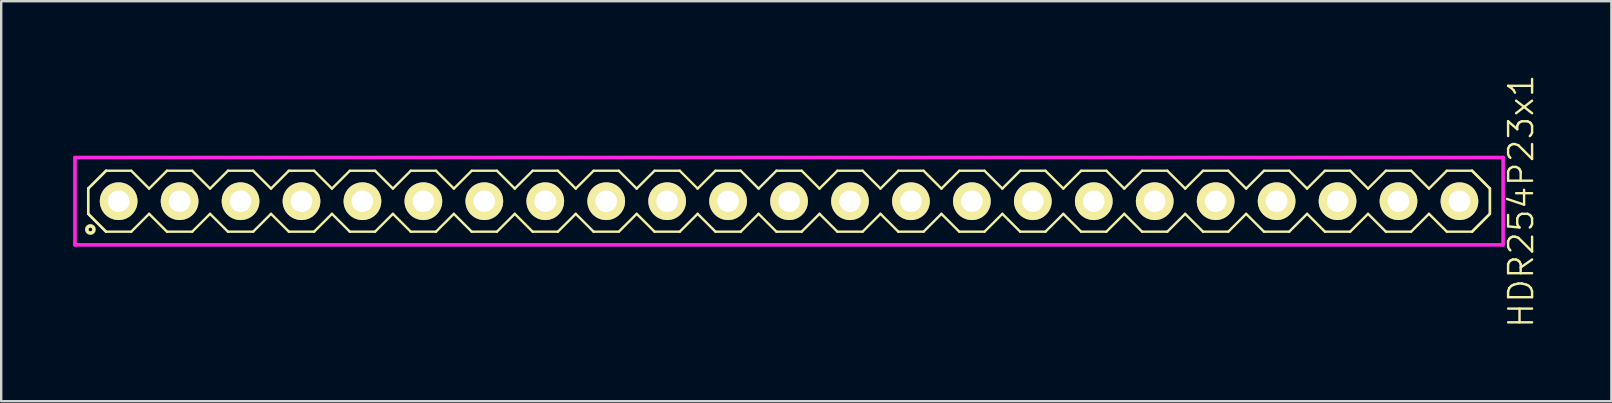
<source format=kicad_pcb>
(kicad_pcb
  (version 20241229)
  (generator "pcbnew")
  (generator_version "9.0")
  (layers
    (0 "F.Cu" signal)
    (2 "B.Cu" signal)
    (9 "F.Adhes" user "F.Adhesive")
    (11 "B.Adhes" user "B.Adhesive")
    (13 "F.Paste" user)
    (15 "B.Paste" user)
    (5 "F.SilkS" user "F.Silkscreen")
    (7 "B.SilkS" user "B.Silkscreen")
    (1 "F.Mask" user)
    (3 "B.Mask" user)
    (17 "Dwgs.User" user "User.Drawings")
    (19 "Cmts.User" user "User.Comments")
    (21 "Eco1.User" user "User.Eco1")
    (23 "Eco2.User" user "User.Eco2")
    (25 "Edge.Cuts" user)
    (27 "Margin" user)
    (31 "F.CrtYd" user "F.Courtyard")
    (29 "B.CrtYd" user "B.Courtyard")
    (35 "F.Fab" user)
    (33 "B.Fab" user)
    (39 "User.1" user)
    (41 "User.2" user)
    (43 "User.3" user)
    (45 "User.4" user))
  (footprint "HDR254P23x1"
    (layer "F.Cu")
    (at 29.835 5.336)
    (property "Reference" "HDR254P23x1" (at 30.51 0 90) (layer "F.SilkS") (effects (font (size 1 1) (thickness 0.1))))
    (attr through_hole)
    (fp_line (start -29.21 -0.526) (end -28.466 -1.27) (stroke (width 0.1) (type solid)) (layer "F.SilkS"))
    (fp_line (start -29.21 -0.526) (end -28.466 -1.27) (stroke (width 0.1) (type solid)) (layer "F.SilkS"))
    (fp_line (start -29.21 0.526) (end -29.21 -0.526) (stroke (width 0.1) (type solid)) (layer "F.SilkS"))
    (fp_line (start -29.21 0.526) (end -29.21 -0.526) (stroke (width 0.1) (type solid)) (layer "F.SilkS"))
    (fp_line (start -28.466 -1.27) (end -27.414 -1.27) (stroke (width 0.1) (type solid)) (layer "F.SilkS"))
    (fp_line (start -28.466 1.27) (end -29.21 0.526) (stroke (width 0.1) (type solid)) (layer "F.SilkS"))
    (fp_line (start -28.466 1.27) (end -29.21 0.526) (stroke (width 0.1) (type solid)) (layer "F.SilkS"))
    (fp_line (start -27.414 -1.27) (end -26.67 -0.526) (stroke (width 0.1) (type solid)) (layer "F.SilkS"))
    (fp_line (start -27.414 1.27) (end -28.466 1.27) (stroke (width 0.1) (type solid)) (layer "F.SilkS"))
    (fp_line (start -26.67 -0.526) (end -25.926 -1.27) (stroke (width 0.1) (type solid)) (layer "F.SilkS"))
    (fp_line (start -26.67 0.526) (end -27.414 1.27) (stroke (width 0.1) (type solid)) (layer "F.SilkS"))
    (fp_line (start -25.926 -1.27) (end -24.874 -1.27) (stroke (width 0.1) (type solid)) (layer "F.SilkS"))
    (fp_line (start -25.926 1.27) (end -26.67 0.526) (stroke (width 0.1) (type solid)) (layer "F.SilkS"))
    (fp_line (start -24.874 -1.27) (end -24.13 -0.526) (stroke (width 0.1) (type solid)) (layer "F.SilkS"))
    (fp_line (start -24.874 1.27) (end -25.926 1.27) (stroke (width 0.1) (type solid)) (layer "F.SilkS"))
    (fp_line (start -24.13 -0.526) (end -23.386 -1.27) (stroke (width 0.1) (type solid)) (layer "F.SilkS"))
    (fp_line (start -24.13 0.526) (end -24.874 1.27) (stroke (width 0.1) (type solid)) (layer "F.SilkS"))
    (fp_line (start -23.386 -1.27) (end -22.334 -1.27) (stroke (width 0.1) (type solid)) (layer "F.SilkS"))
    (fp_line (start -23.386 1.27) (end -24.13 0.526) (stroke (width 0.1) (type solid)) (layer "F.SilkS"))
    (fp_line (start -22.334 -1.27) (end -21.59 -0.526) (stroke (width 0.1) (type solid)) (layer "F.SilkS"))
    (fp_line (start -22.334 1.27) (end -23.386 1.27) (stroke (width 0.1) (type solid)) (layer "F.SilkS"))
    (fp_line (start -21.59 -0.526) (end -20.846 -1.27) (stroke (width 0.1) (type solid)) (layer "F.SilkS"))
    (fp_line (start -21.59 0.526) (end -22.334 1.27) (stroke (width 0.1) (type solid)) (layer "F.SilkS"))
    (fp_line (start -20.846 -1.27) (end -19.794 -1.27) (stroke (width 0.1) (type solid)) (layer "F.SilkS"))
    (fp_line (start -20.846 1.27) (end -21.59 0.526) (stroke (width 0.1) (type solid)) (layer "F.SilkS"))
    (fp_line (start -19.794 -1.27) (end -19.05 -0.526) (stroke (width 0.1) (type solid)) (layer "F.SilkS"))
    (fp_line (start -19.794 1.27) (end -20.846 1.27) (stroke (width 0.1) (type solid)) (layer "F.SilkS"))
    (fp_line (start -19.05 -0.526) (end -18.306 -1.27) (stroke (width 0.1) (type solid)) (layer "F.SilkS"))
    (fp_line (start -19.05 0.526) (end -19.794 1.27) (stroke (width 0.1) (type solid)) (layer "F.SilkS"))
    (fp_line (start -18.306 -1.27) (end -17.254 -1.27) (stroke (width 0.1) (type solid)) (layer "F.SilkS"))
    (fp_line (start -18.306 1.27) (end -19.05 0.526) (stroke (width 0.1) (type solid)) (layer "F.SilkS"))
    (fp_line (start -17.254 -1.27) (end -16.51 -0.526) (stroke (width 0.1) (type solid)) (layer "F.SilkS"))
    (fp_line (start -17.254 1.27) (end -18.306 1.27) (stroke (width 0.1) (type solid)) (layer "F.SilkS"))
    (fp_line (start -16.51 -0.526) (end -15.766 -1.27) (stroke (width 0.1) (type solid)) (layer "F.SilkS"))
    (fp_line (start -16.51 0.526) (end -17.254 1.27) (stroke (width 0.1) (type solid)) (layer "F.SilkS"))
    (fp_line (start -15.766 -1.27) (end -14.714 -1.27) (stroke (width 0.1) (type solid)) (layer "F.SilkS"))
    (fp_line (start -15.766 1.27) (end -16.51 0.526) (stroke (width 0.1) (type solid)) (layer "F.SilkS"))
    (fp_line (start -14.714 -1.27) (end -13.97 -0.526) (stroke (width 0.1) (type solid)) (layer "F.SilkS"))
    (fp_line (start -14.714 1.27) (end -15.766 1.27) (stroke (width 0.1) (type solid)) (layer "F.SilkS"))
    (fp_line (start -13.97 -0.526) (end -13.226 -1.27) (stroke (width 0.1) (type solid)) (layer "F.SilkS"))
    (fp_line (start -13.97 0.526) (end -14.714 1.27) (stroke (width 0.1) (type solid)) (layer "F.SilkS"))
    (fp_line (start -13.226 -1.27) (end -12.174 -1.27) (stroke (width 0.1) (type solid)) (layer "F.SilkS"))
    (fp_line (start -13.226 1.27) (end -13.97 0.526) (stroke (width 0.1) (type solid)) (layer "F.SilkS"))
    (fp_line (start -12.174 -1.27) (end -11.43 -0.526) (stroke (width 0.1) (type solid)) (layer "F.SilkS"))
    (fp_line (start -12.174 1.27) (end -13.226 1.27) (stroke (width 0.1) (type solid)) (layer "F.SilkS"))
    (fp_line (start -11.43 -0.526) (end -10.686 -1.27) (stroke (width 0.1) (type solid)) (layer "F.SilkS"))
    (fp_line (start -11.43 0.526) (end -12.174 1.27) (stroke (width 0.1) (type solid)) (layer "F.SilkS"))
    (fp_line (start -10.686 -1.27) (end -9.634 -1.27) (stroke (width 0.1) (type solid)) (layer "F.SilkS"))
    (fp_line (start -10.686 1.27) (end -11.43 0.526) (stroke (width 0.1) (type solid)) (layer "F.SilkS"))
    (fp_line (start -9.634 -1.27) (end -8.89 -0.526) (stroke (width 0.1) (type solid)) (layer "F.SilkS"))
    (fp_line (start -9.634 1.27) (end -10.686 1.27) (stroke (width 0.1) (type solid)) (layer "F.SilkS"))
    (fp_line (start -8.89 -0.526) (end -8.146 -1.27) (stroke (width 0.1) (type solid)) (layer "F.SilkS"))
    (fp_line (start -8.89 0.526) (end -9.634 1.27) (stroke (width 0.1) (type solid)) (layer "F.SilkS"))
    (fp_line (start -8.146 -1.27) (end -7.094 -1.27) (stroke (width 0.1) (type solid)) (layer "F.SilkS"))
    (fp_line (start -8.146 1.27) (end -8.89 0.526) (stroke (width 0.1) (type solid)) (layer "F.SilkS"))
    (fp_line (start -7.094 -1.27) (end -6.35 -0.526) (stroke (width 0.1) (type solid)) (layer "F.SilkS"))
    (fp_line (start -7.094 1.27) (end -8.146 1.27) (stroke (width 0.1) (type solid)) (layer "F.SilkS"))
    (fp_line (start -6.35 -0.526) (end -5.606 -1.27) (stroke (width 0.1) (type solid)) (layer "F.SilkS"))
    (fp_line (start -6.35 0.526) (end -7.094 1.27) (stroke (width 0.1) (type solid)) (layer "F.SilkS"))
    (fp_line (start -5.606 -1.27) (end -4.554 -1.27) (stroke (width 0.1) (type solid)) (layer "F.SilkS"))
    (fp_line (start -5.606 1.27) (end -6.35 0.526) (stroke (width 0.1) (type solid)) (layer "F.SilkS"))
    (fp_line (start -4.554 -1.27) (end -3.81 -0.526) (stroke (width 0.1) (type solid)) (layer "F.SilkS"))
    (fp_line (start -4.554 1.27) (end -5.606 1.27) (stroke (width 0.1) (type solid)) (layer "F.SilkS"))
    (fp_line (start -3.81 -0.526) (end -3.066 -1.27) (stroke (width 0.1) (type solid)) (layer "F.SilkS"))
    (fp_line (start -3.81 0.526) (end -4.554 1.27) (stroke (width 0.1) (type solid)) (layer "F.SilkS"))
    (fp_line (start -3.066 -1.27) (end -2.014 -1.27) (stroke (width 0.1) (type solid)) (layer "F.SilkS"))
    (fp_line (start -3.066 1.27) (end -3.81 0.526) (stroke (width 0.1) (type solid)) (layer "F.SilkS"))
    (fp_line (start -2.014 -1.27) (end -1.27 -0.526) (stroke (width 0.1) (type solid)) (layer "F.SilkS"))
    (fp_line (start -2.014 1.27) (end -3.066 1.27) (stroke (width 0.1) (type solid)) (layer "F.SilkS"))
    (fp_line (start -1.27 -0.526) (end -0.526 -1.27) (stroke (width 0.1) (type solid)) (layer "F.SilkS"))
    (fp_line (start -1.27 0.526) (end -2.014 1.27) (stroke (width 0.1) (type solid)) (layer "F.SilkS"))
    (fp_line (start -0.526 -1.27) (end 0.526 -1.27) (stroke (width 0.1) (type solid)) (layer "F.SilkS"))
    (fp_line (start -0.526 1.27) (end -1.27 0.526) (stroke (width 0.1) (type solid)) (layer "F.SilkS"))
    (fp_line (start 0.526 -1.27) (end 1.27 -0.526) (stroke (width 0.1) (type solid)) (layer "F.SilkS"))
    (fp_line (start 0.526 1.27) (end -0.526 1.27) (stroke (width 0.1) (type solid)) (layer "F.SilkS"))
    (fp_line (start 1.27 -0.526) (end 2.014 -1.27) (stroke (width 0.1) (type solid)) (layer "F.SilkS"))
    (fp_line (start 1.27 0.526) (end 0.526 1.27) (stroke (width 0.1) (type solid)) (layer "F.SilkS"))
    (fp_line (start 2.014 -1.27) (end 3.066 -1.27) (stroke (width 0.1) (type solid)) (layer "F.SilkS"))
    (fp_line (start 2.014 1.27) (end 1.27 0.526) (stroke (width 0.1) (type solid)) (layer "F.SilkS"))
    (fp_line (start 3.066 -1.27) (end 3.81 -0.526) (stroke (width 0.1) (type solid)) (layer "F.SilkS"))
    (fp_line (start 3.066 1.27) (end 2.014 1.27) (stroke (width 0.1) (type solid)) (layer "F.SilkS"))
    (fp_line (start 3.81 -0.526) (end 4.554 -1.27) (stroke (width 0.1) (type solid)) (layer "F.SilkS"))
    (fp_line (start 3.81 0.526) (end 3.066 1.27) (stroke (width 0.1) (type solid)) (layer "F.SilkS"))
    (fp_line (start 4.554 -1.27) (end 5.606 -1.27) (stroke (width 0.1) (type solid)) (layer "F.SilkS"))
    (fp_line (start 4.554 1.27) (end 3.81 0.526) (stroke (width 0.1) (type solid)) (layer "F.SilkS"))
    (fp_line (start 5.606 -1.27) (end 6.35 -0.526) (stroke (width 0.1) (type solid)) (layer "F.SilkS"))
    (fp_line (start 5.606 1.27) (end 4.554 1.27) (stroke (width 0.1) (type solid)) (layer "F.SilkS"))
    (fp_line (start 6.35 -0.526) (end 7.094 -1.27) (stroke (width 0.1) (type solid)) (layer "F.SilkS"))
    (fp_line (start 6.35 0.526) (end 5.606 1.27) (stroke (width 0.1) (type solid)) (layer "F.SilkS"))
    (fp_line (start 7.094 -1.27) (end 8.146 -1.27) (stroke (width 0.1) (type solid)) (layer "F.SilkS"))
    (fp_line (start 7.094 1.27) (end 6.35 0.526) (stroke (width 0.1) (type solid)) (layer "F.SilkS"))
    (fp_line (start 8.146 -1.27) (end 8.89 -0.526) (stroke (width 0.1) (type solid)) (layer "F.SilkS"))
    (fp_line (start 8.146 1.27) (end 7.094 1.27) (stroke (width 0.1) (type solid)) (layer "F.SilkS"))
    (fp_line (start 8.89 -0.526) (end 9.634 -1.27) (stroke (width 0.1) (type solid)) (layer "F.SilkS"))
    (fp_line (start 8.89 0.526) (end 8.146 1.27) (stroke (width 0.1) (type solid)) (layer "F.SilkS"))
    (fp_line (start 9.634 -1.27) (end 10.686 -1.27) (stroke (width 0.1) (type solid)) (layer "F.SilkS"))
    (fp_line (start 9.634 1.27) (end 8.89 0.526) (stroke (width 0.1) (type solid)) (layer "F.SilkS"))
    (fp_line (start 10.686 -1.27) (end 11.43 -0.526) (stroke (width 0.1) (type solid)) (layer "F.SilkS"))
    (fp_line (start 10.686 1.27) (end 9.634 1.27) (stroke (width 0.1) (type solid)) (layer "F.SilkS"))
    (fp_line (start 11.43 -0.526) (end 12.174 -1.27) (stroke (width 0.1) (type solid)) (layer "F.SilkS"))
    (fp_line (start 11.43 0.526) (end 10.686 1.27) (stroke (width 0.1) (type solid)) (layer "F.SilkS"))
    (fp_line (start 12.174 -1.27) (end 13.226 -1.27) (stroke (width 0.1) (type solid)) (layer "F.SilkS"))
    (fp_line (start 12.174 1.27) (end 11.43 0.526) (stroke (width 0.1) (type solid)) (layer "F.SilkS"))
    (fp_line (start 13.226 -1.27) (end 13.97 -0.526) (stroke (width 0.1) (type solid)) (layer "F.SilkS"))
    (fp_line (start 13.226 1.27) (end 12.174 1.27) (stroke (width 0.1) (type solid)) (layer "F.SilkS"))
    (fp_line (start 13.97 -0.526) (end 14.714 -1.27) (stroke (width 0.1) (type solid)) (layer "F.SilkS"))
    (fp_line (start 13.97 0.526) (end 13.226 1.27) (stroke (width 0.1) (type solid)) (layer "F.SilkS"))
    (fp_line (start 14.714 -1.27) (end 15.766 -1.27) (stroke (width 0.1) (type solid)) (layer "F.SilkS"))
    (fp_line (start 14.714 1.27) (end 13.97 0.526) (stroke (width 0.1) (type solid)) (layer "F.SilkS"))
    (fp_line (start 15.766 -1.27) (end 16.51 -0.526) (stroke (width 0.1) (type solid)) (layer "F.SilkS"))
    (fp_line (start 15.766 1.27) (end 14.714 1.27) (stroke (width 0.1) (type solid)) (layer "F.SilkS"))
    (fp_line (start 16.51 -0.526) (end 17.254 -1.27) (stroke (width 0.1) (type solid)) (layer "F.SilkS"))
    (fp_line (start 16.51 0.526) (end 15.766 1.27) (stroke (width 0.1) (type solid)) (layer "F.SilkS"))
    (fp_line (start 17.254 -1.27) (end 18.306 -1.27) (stroke (width 0.1) (type solid)) (layer "F.SilkS"))
    (fp_line (start 17.254 1.27) (end 16.51 0.526) (stroke (width 0.1) (type solid)) (layer "F.SilkS"))
    (fp_line (start 18.306 -1.27) (end 19.05 -0.526) (stroke (width 0.1) (type solid)) (layer "F.SilkS"))
    (fp_line (start 18.306 1.27) (end 17.254 1.27) (stroke (width 0.1) (type solid)) (layer "F.SilkS"))
    (fp_line (start 19.05 -0.526) (end 19.794 -1.27) (stroke (width 0.1) (type solid)) (layer "F.SilkS"))
    (fp_line (start 19.05 0.526) (end 18.306 1.27) (stroke (width 0.1) (type solid)) (layer "F.SilkS"))
    (fp_line (start 19.794 -1.27) (end 20.846 -1.27) (stroke (width 0.1) (type solid)) (layer "F.SilkS"))
    (fp_line (start 19.794 1.27) (end 19.05 0.526) (stroke (width 0.1) (type solid)) (layer "F.SilkS"))
    (fp_line (start 20.846 -1.27) (end 21.59 -0.526) (stroke (width 0.1) (type solid)) (layer "F.SilkS"))
    (fp_line (start 20.846 1.27) (end 19.794 1.27) (stroke (width 0.1) (type solid)) (layer "F.SilkS"))
    (fp_line (start 21.59 -0.526) (end 22.334 -1.27) (stroke (width 0.1) (type solid)) (layer "F.SilkS"))
    (fp_line (start 21.59 0.526) (end 20.846 1.27) (stroke (width 0.1) (type solid)) (layer "F.SilkS"))
    (fp_line (start 22.334 -1.27) (end 23.386 -1.27) (stroke (width 0.1) (type solid)) (layer "F.SilkS"))
    (fp_line (start 22.334 1.27) (end 21.59 0.526) (stroke (width 0.1) (type solid)) (layer "F.SilkS"))
    (fp_line (start 23.386 -1.27) (end 24.13 -0.526) (stroke (width 0.1) (type solid)) (layer "F.SilkS"))
    (fp_line (start 23.386 1.27) (end 22.334 1.27) (stroke (width 0.1) (type solid)) (layer "F.SilkS"))
    (fp_line (start 24.13 -0.526) (end 24.874 -1.27) (stroke (width 0.1) (type solid)) (layer "F.SilkS"))
    (fp_line (start 24.13 0.526) (end 23.386 1.27) (stroke (width 0.1) (type solid)) (layer "F.SilkS"))
    (fp_line (start 24.874 -1.27) (end 25.926 -1.27) (stroke (width 0.1) (type solid)) (layer "F.SilkS"))
    (fp_line (start 24.874 1.27) (end 24.13 0.526) (stroke (width 0.1) (type solid)) (layer "F.SilkS"))
    (fp_line (start 25.926 -1.27) (end 26.67 -0.526) (stroke (width 0.1) (type solid)) (layer "F.SilkS"))
    (fp_line (start 25.926 1.27) (end 24.874 1.27) (stroke (width 0.1) (type solid)) (layer "F.SilkS"))
    (fp_line (start 26.67 -0.526) (end 27.414 -1.27) (stroke (width 0.1) (type solid)) (layer "F.SilkS"))
    (fp_line (start 26.67 0.526) (end 25.926 1.27) (stroke (width 0.1) (type solid)) (layer "F.SilkS"))
    (fp_line (start 27.414 -1.27) (end 28.466 -1.27) (stroke (width 0.1) (type solid)) (layer "F.SilkS"))
    (fp_line (start 27.414 1.27) (end 26.67 0.526) (stroke (width 0.1) (type solid)) (layer "F.SilkS"))
    (fp_line (start 28.466 -1.27) (end 29.21 -0.526) (stroke (width 0.1) (type solid)) (layer "F.SilkS"))
    (fp_line (start 28.466 -1.27) (end 29.21 -0.526) (stroke (width 0.1) (type solid)) (layer "F.SilkS"))
    (fp_line (start 28.466 1.27) (end 27.414 1.27) (stroke (width 0.1) (type solid)) (layer "F.SilkS"))
    (fp_line (start 29.21 -0.526) (end 29.21 0.526) (stroke (width 0.1) (type solid)) (layer "F.SilkS"))
    (fp_line (start 29.21 -0.526) (end 29.21 0.526) (stroke (width 0.1) (type solid)) (layer "F.SilkS"))
    (fp_line (start 29.21 0.526) (end 28.466 1.27) (stroke (width 0.1) (type solid)) (layer "F.SilkS"))
    (fp_line (start 29.21 0.526) (end 28.466 1.27) (stroke (width 0.1) (type solid)) (layer "F.SilkS"))
    (fp_circle (center -29.118 1.178) (end -28.968 1.178) (stroke (width 0.15) (type solid)) (fill no) (layer "F.SilkS"))
    (fp_line (start -29.76 -1.82) (end -29.76 1.82) (stroke (width 0.15) (type solid)) (layer "F.CrtYd"))
    (fp_line (start -29.76 1.82) (end 29.76 1.82) (stroke (width 0.15) (type solid)) (layer "F.CrtYd"))
    (fp_line (start 29.76 -1.82) (end -29.76 -1.82) (stroke (width 0.15) (type solid)) (layer "F.CrtYd"))
    (fp_line (start 29.76 1.82) (end 29.76 -1.82) (stroke (width 0.15) (type solid)) (layer "F.CrtYd"))
    (pad "1" thru_hole oval (at -27.94 0) (size 1.57 1.57) (drill 0.9) (layers "*.Cu" "*.Mask" "F.SilkS"))
    (pad "2" thru_hole oval (at -25.4 0) (size 1.57 1.57) (drill 0.9) (layers "*.Cu" "*.Mask" "F.SilkS"))
    (pad "3" thru_hole oval (at -22.86 0) (size 1.57 1.57) (drill 0.9) (layers "*.Cu" "*.Mask" "F.SilkS"))
    (pad "4" thru_hole oval (at -20.32 0) (size 1.57 1.57) (drill 0.9) (layers "*.Cu" "*.Mask" "F.SilkS"))
    (pad "5" thru_hole oval (at -17.78 0) (size 1.57 1.57) (drill 0.9) (layers "*.Cu" "*.Mask" "F.SilkS"))
    (pad "6" thru_hole oval (at -15.24 0) (size 1.57 1.57) (drill 0.9) (layers "*.Cu" "*.Mask" "F.SilkS"))
    (pad "7" thru_hole oval (at -12.7 0) (size 1.57 1.57) (drill 0.9) (layers "*.Cu" "*.Mask" "F.SilkS"))
    (pad "8" thru_hole oval (at -10.16 0) (size 1.57 1.57) (drill 0.9) (layers "*.Cu" "*.Mask" "F.SilkS"))
    (pad "9" thru_hole oval (at -7.62 0) (size 1.57 1.57) (drill 0.9) (layers "*.Cu" "*.Mask" "F.SilkS"))
    (pad "10" thru_hole oval (at -5.08 0) (size 1.57 1.57) (drill 0.9) (layers "*.Cu" "*.Mask" "F.SilkS"))
    (pad "11" thru_hole oval (at -2.54 0) (size 1.57 1.57) (drill 0.9) (layers "*.Cu" "*.Mask" "F.SilkS"))
    (pad "12" thru_hole oval (at 0 0) (size 1.57 1.57) (drill 0.9) (layers "*.Cu" "*.Mask" "F.SilkS"))
    (pad "13" thru_hole oval (at 2.54 0) (size 1.57 1.57) (drill 0.9) (layers "*.Cu" "*.Mask" "F.SilkS"))
    (pad "14" thru_hole oval (at 5.08 0) (size 1.57 1.57) (drill 0.9) (layers "*.Cu" "*.Mask" "F.SilkS"))
    (pad "15" thru_hole oval (at 7.62 0) (size 1.57 1.57) (drill 0.9) (layers "*.Cu" "*.Mask" "F.SilkS"))
    (pad "16" thru_hole oval (at 10.16 0) (size 1.57 1.57) (drill 0.9) (layers "*.Cu" "*.Mask" "F.SilkS"))
    (pad "17" thru_hole oval (at 12.7 0) (size 1.57 1.57) (drill 0.9) (layers "*.Cu" "*.Mask" "F.SilkS"))
    (pad "18" thru_hole oval (at 15.24 0) (size 1.57 1.57) (drill 0.9) (layers "*.Cu" "*.Mask" "F.SilkS"))
    (pad "19" thru_hole oval (at 17.78 0) (size 1.57 1.57) (drill 0.9) (layers "*.Cu" "*.Mask" "F.SilkS"))
    (pad "20" thru_hole oval (at 20.32 0) (size 1.57 1.57) (drill 0.9) (layers "*.Cu" "*.Mask" "F.SilkS"))
    (pad "21" thru_hole oval (at 22.86 0) (size 1.57 1.57) (drill 0.9) (layers "*.Cu" "*.Mask" "F.SilkS"))
    (pad "22" thru_hole oval (at 25.4 0) (size 1.57 1.57) (drill 0.9) (layers "*.Cu" "*.Mask" "F.SilkS"))
    (pad "23" thru_hole oval (at 27.94 0) (size 1.57 1.57) (drill 0.9) (layers "*.Cu" "*.Mask" "F.SilkS")))
  (gr_rect
    (start -3 -3)
    (end 64.106 13.671)
    (stroke (width 0.1) (type default))
    (fill no)
    (layer "Edge.Cuts")))
</source>
